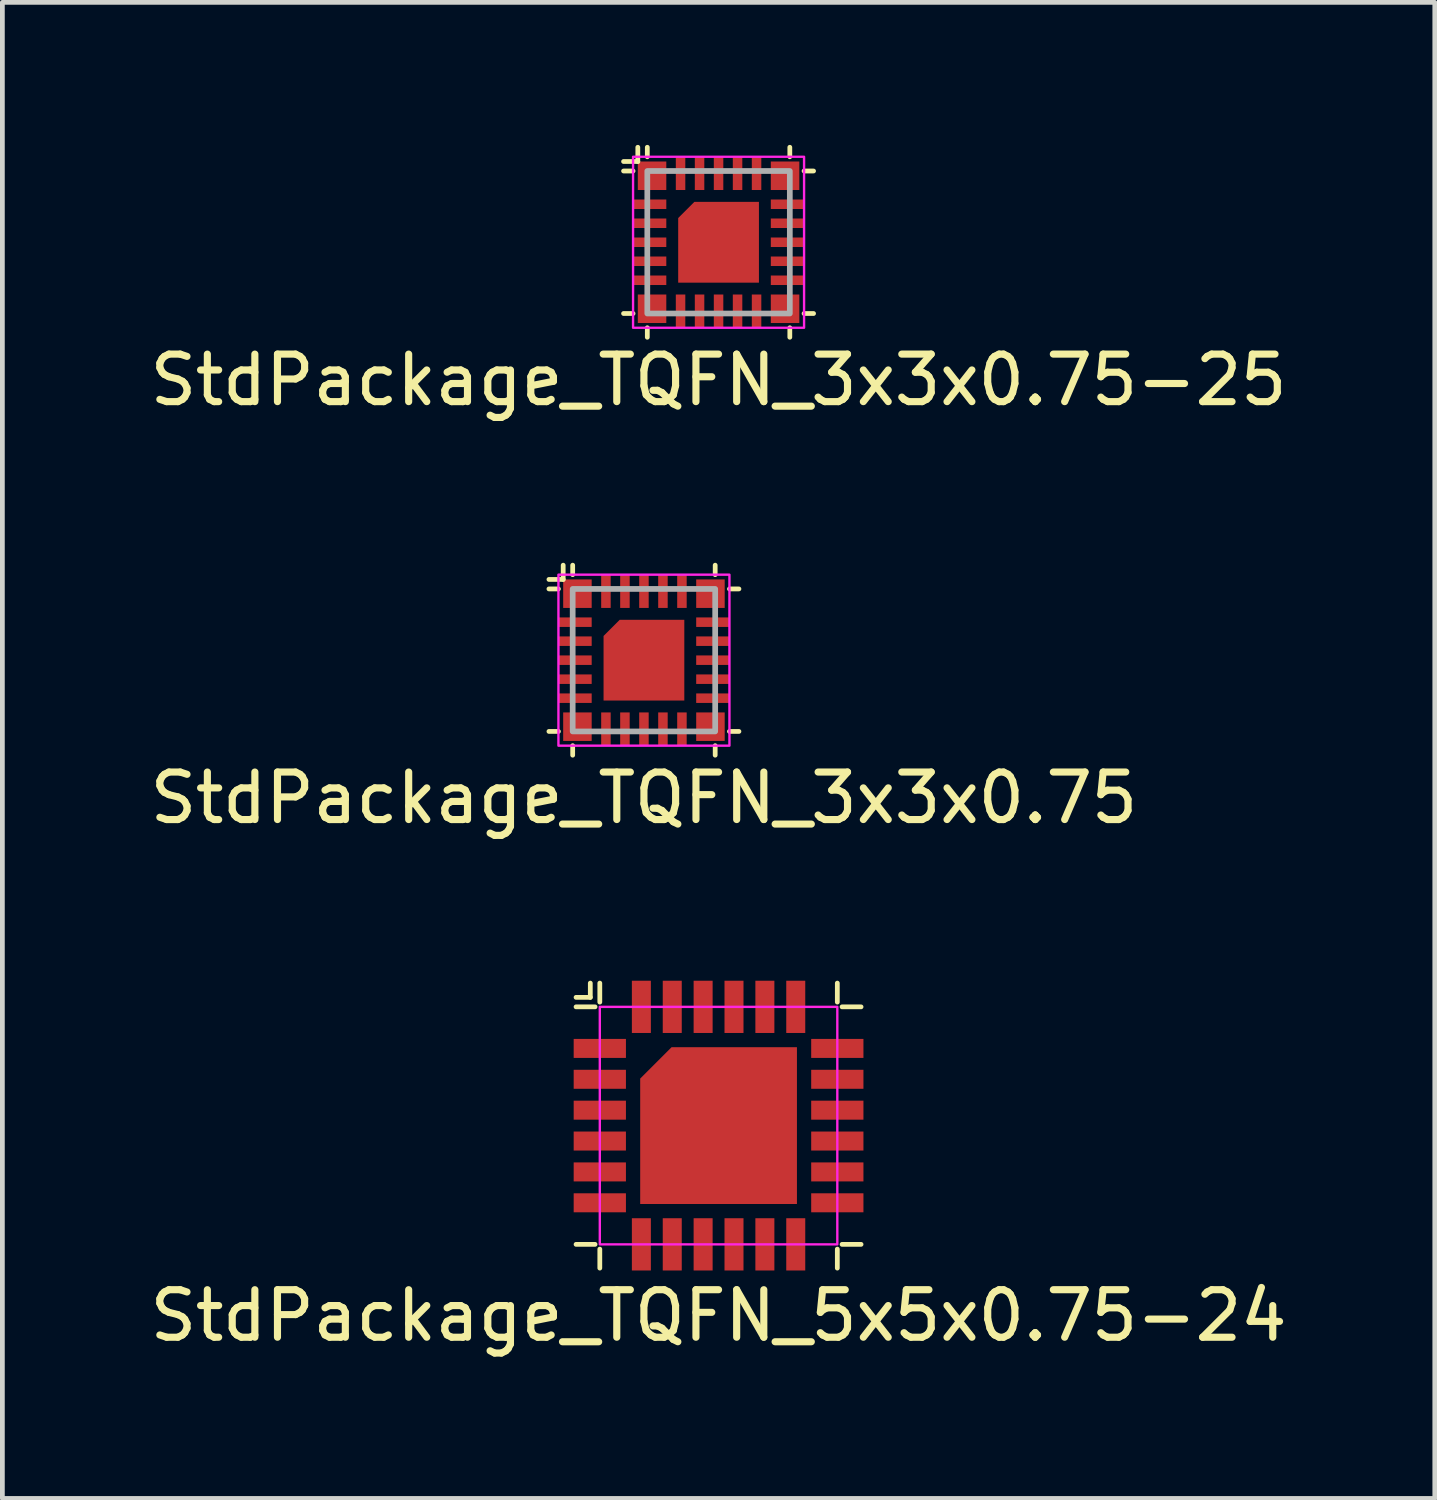
<source format=kicad_pcb>
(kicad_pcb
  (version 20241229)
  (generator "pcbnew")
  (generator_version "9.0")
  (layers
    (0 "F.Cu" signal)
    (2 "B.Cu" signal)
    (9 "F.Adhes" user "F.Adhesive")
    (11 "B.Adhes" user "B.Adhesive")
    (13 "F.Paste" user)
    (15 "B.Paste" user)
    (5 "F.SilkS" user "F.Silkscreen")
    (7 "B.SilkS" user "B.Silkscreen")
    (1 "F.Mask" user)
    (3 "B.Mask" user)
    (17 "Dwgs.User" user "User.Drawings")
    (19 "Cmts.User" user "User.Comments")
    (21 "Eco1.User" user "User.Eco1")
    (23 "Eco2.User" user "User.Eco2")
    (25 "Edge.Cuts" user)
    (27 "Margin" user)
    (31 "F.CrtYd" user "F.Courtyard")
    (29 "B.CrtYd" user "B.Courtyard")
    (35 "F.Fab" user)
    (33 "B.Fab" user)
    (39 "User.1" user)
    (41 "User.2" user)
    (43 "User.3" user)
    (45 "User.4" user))
  (footprint "StdPackage_TQFN_5x5x0.75-24"
    (layer "F.Cu")
    (at 12.077 20.646)
    (property "Reference" "StdPackage_TQFN_5x5x0.75-24" (at 0 4 0) (unlocked yes) (layer "F.SilkS") (effects (font (size 1 1) (thickness 0.15))))
    (attr smd)
    (fp_line (start -3 -2.7) (end -2.7 -2.7) (stroke (width 0.1) (type default)) (layer "F.SilkS"))
    (fp_line (start -2.7 -2.7) (end -2.7 -3) (stroke (width 0.1) (type default)) (layer "F.SilkS"))
    (fp_line (start -2.6 -2.5) (end -3 -2.5) (stroke (width 0.1) (type default)) (layer "F.SilkS"))
    (fp_line (start -2.6 2.5) (end -3 2.5) (stroke (width 0.1) (type default)) (layer "F.SilkS"))
    (fp_line (start -2.5 -2.6) (end -2.5 -3) (stroke (width 0.1) (type default)) (layer "F.SilkS"))
    (fp_line (start -2.5 2.6) (end -2.5 3) (stroke (width 0.1) (type default)) (layer "F.SilkS"))
    (fp_line (start 2.5 -2.6) (end 2.5 -3) (stroke (width 0.1) (type default)) (layer "F.SilkS"))
    (fp_line (start 2.5 2.6) (end 2.5 3) (stroke (width 0.1) (type default)) (layer "F.SilkS"))
    (fp_line (start 2.6 -2.5) (end 3 -2.5) (stroke (width 0.1) (type default)) (layer "F.SilkS"))
    (fp_line (start 2.6 2.5) (end 3 2.5) (stroke (width 0.1) (type default)) (layer "F.SilkS"))
    (fp_rect (start -2.5 -2.5) (end 2.5 2.5) (stroke (width 0.05) (type default)) (fill no) (layer "F.CrtYd"))
    (pad "" smd roundrect (at 0 0) (size 3.3 3.3) (layers "F.Cu" "F.Mask" "F.Paste") (roundrect_rratio 0) (chamfer_ratio 0.2) (chamfer top_left))
    (pad "1" smd rect (at -2.5 -1.625 90) (size 0.4 1.1) (layers "F.Cu" "F.Mask" "F.Paste"))
    (pad "2" smd rect (at -2.5 -0.975 90) (size 0.4 1.1) (layers "F.Cu" "F.Mask" "F.Paste"))
    (pad "3" smd rect (at -2.5 -0.325 90) (size 0.4 1.1) (layers "F.Cu" "F.Mask" "F.Paste"))
    (pad "4" smd rect (at -2.5 0.325 90) (size 0.4 1.1) (layers "F.Cu" "F.Mask" "F.Paste"))
    (pad "5" smd rect (at -2.5 0.975 90) (size 0.4 1.1) (layers "F.Cu" "F.Mask" "F.Paste"))
    (pad "6" smd rect (at -2.5 1.625 90) (size 0.4 1.1) (layers "F.Cu" "F.Mask" "F.Paste"))
    (pad "7" smd rect (at -1.625 2.5) (size 0.4 1.1) (layers "F.Cu" "F.Mask" "F.Paste"))
    (pad "8" smd rect (at -0.975 2.5) (size 0.4 1.1) (layers "F.Cu" "F.Mask" "F.Paste"))
    (pad "9" smd rect (at -0.325 2.5) (size 0.4 1.1) (layers "F.Cu" "F.Mask" "F.Paste"))
    (pad "10" smd rect (at 0.325 2.5) (size 0.4 1.1) (layers "F.Cu" "F.Mask" "F.Paste"))
    (pad "11" smd rect (at 0.975 2.5) (size 0.4 1.1) (layers "F.Cu" "F.Mask" "F.Paste"))
    (pad "12" smd rect (at 1.625 2.5) (size 0.4 1.1) (layers "F.Cu" "F.Mask" "F.Paste"))
    (pad "13" smd rect (at 2.5 1.625 90) (size 0.4 1.1) (layers "F.Cu" "F.Mask" "F.Paste"))
    (pad "14" smd rect (at 2.5 0.975 90) (size 0.4 1.1) (layers "F.Cu" "F.Mask" "F.Paste"))
    (pad "15" smd rect (at 2.5 0.325 90) (size 0.4 1.1) (layers "F.Cu" "F.Mask" "F.Paste"))
    (pad "16" smd rect (at 2.5 -0.325 90) (size 0.4 1.1) (layers "F.Cu" "F.Mask" "F.Paste"))
    (pad "17" smd rect (at 2.5 -0.975 90) (size 0.4 1.1) (layers "F.Cu" "F.Mask" "F.Paste"))
    (pad "18" smd rect (at 2.5 -1.625 90) (size 0.4 1.1) (layers "F.Cu" "F.Mask" "F.Paste"))
    (pad "19" smd rect (at 1.625 -2.5) (size 0.4 1.1) (layers "F.Cu" "F.Mask" "F.Paste"))
    (pad "20" smd rect (at 0.975 -2.5) (size 0.4 1.1) (layers "F.Cu" "F.Mask" "F.Paste"))
    (pad "21" smd rect (at 0.325 -2.5) (size 0.4 1.1) (layers "F.Cu" "F.Mask" "F.Paste"))
    (pad "22" smd rect (at -0.325 -2.5) (size 0.4 1.1) (layers "F.Cu" "F.Mask" "F.Paste"))
    (pad "23" smd rect (at -0.975 -2.5) (size 0.4 1.1) (layers "F.Cu" "F.Mask" "F.Paste"))
    (pad "24" smd rect (at -1.625 -2.5) (size 0.4 1.1) (layers "F.Cu" "F.Mask" "F.Paste")))
  (footprint "StdPackage_TQFN_3x3x0.75-25"
    (layer "F.Cu")
    (at 12.077 2.05)
    (property "Reference" "StdPackage_TQFN_3x3x0.75-25" (at 0 2.9 0) (unlocked yes) (layer "F.SilkS") (effects (font (size 1 1) (thickness 0.15))))
    (attr smd)
    (fp_line (start -2 -1.7) (end -1.7 -1.7) (stroke (width 0.1) (type default)) (layer "F.SilkS"))
    (fp_line (start -1.8 -1.5) (end -2 -1.5) (stroke (width 0.1) (type default)) (layer "F.SilkS"))
    (fp_line (start -1.8 1.5) (end -2 1.5) (stroke (width 0.1) (type default)) (layer "F.SilkS"))
    (fp_line (start -1.7 -1.7) (end -1.7 -2) (stroke (width 0.1) (type default)) (layer "F.SilkS"))
    (fp_line (start -1.5 -1.8) (end -1.5 -2) (stroke (width 0.1) (type default)) (layer "F.SilkS"))
    (fp_line (start -1.5 1.8) (end -1.5 2) (stroke (width 0.1) (type default)) (layer "F.SilkS"))
    (fp_line (start 1.5 -1.8) (end 1.5 -2) (stroke (width 0.1) (type default)) (layer "F.SilkS"))
    (fp_line (start 1.5 1.8) (end 1.5 2) (stroke (width 0.1) (type default)) (layer "F.SilkS"))
    (fp_line (start 1.8 1.5) (end 2 1.5) (stroke (width 0.1) (type default)) (layer "F.SilkS"))
    (fp_line (start 2 -1.5) (end 1.8 -1.5) (stroke (width 0.1) (type default)) (layer "F.SilkS"))
    (fp_rect (start -1.8 -1.8) (end 1.8 1.8) (stroke (width 0.05) (type default)) (fill no) (layer "F.CrtYd"))
    (fp_rect (start -1.5 -1.5) (end 1.5 1.5) (stroke (width 0.12) (type solid)) (fill no) (layer "F.Fab"))
    (pad "1" smd rect (at -1.4 -1.4) (size 0.6 0.6) (layers "F.Cu" "F.Mask" "F.Paste"))
    (pad "2" smd rect (at -1.45 -0.8 90) (size 0.2 0.7) (layers "F.Cu" "F.Mask" "F.Paste"))
    (pad "3" smd rect (at -1.45 -0.4 90) (size 0.2 0.7) (layers "F.Cu" "F.Mask" "F.Paste"))
    (pad "4" smd rect (at -1.45 0 90) (size 0.2 0.7) (layers "F.Cu" "F.Mask" "F.Paste"))
    (pad "5" smd rect (at -1.45 0.4 90) (size 0.2 0.7) (layers "F.Cu" "F.Mask" "F.Paste"))
    (pad "6" smd rect (at -1.45 0.8 90) (size 0.2 0.7) (layers "F.Cu" "F.Mask" "F.Paste"))
    (pad "7" smd rect (at -1.4 1.4) (size 0.6 0.6) (layers "F.Cu" "F.Mask" "F.Paste"))
    (pad "8" smd rect (at -0.8 1.45) (size 0.2 0.7) (layers "F.Cu" "F.Mask" "F.Paste"))
    (pad "9" smd rect (at -0.4 1.45) (size 0.2 0.7) (layers "F.Cu" "F.Mask" "F.Paste"))
    (pad "10" smd rect (at 0 1.45) (size 0.2 0.7) (layers "F.Cu" "F.Mask" "F.Paste"))
    (pad "11" smd rect (at 0.4 1.45) (size 0.2 0.7) (layers "F.Cu" "F.Mask" "F.Paste"))
    (pad "12" smd rect (at 0.8 1.45) (size 0.2 0.7) (layers "F.Cu" "F.Mask" "F.Paste"))
    (pad "13" smd rect (at 1.4 1.4) (size 0.6 0.6) (layers "F.Cu" "F.Mask" "F.Paste"))
    (pad "14" smd rect (at 1.45 0.8 90) (size 0.2 0.7) (layers "F.Cu" "F.Mask" "F.Paste"))
    (pad "15" smd rect (at 1.45 0.4 90) (size 0.2 0.7) (layers "F.Cu" "F.Mask" "F.Paste"))
    (pad "16" smd rect (at 1.45 0 90) (size 0.2 0.7) (layers "F.Cu" "F.Mask" "F.Paste"))
    (pad "17" smd rect (at 1.45 -0.4 90) (size 0.2 0.7) (layers "F.Cu" "F.Mask" "F.Paste"))
    (pad "18" smd rect (at 1.45 -0.8 90) (size 0.2 0.7) (layers "F.Cu" "F.Mask" "F.Paste"))
    (pad "19" smd rect (at 1.4 -1.4) (size 0.6 0.6) (layers "F.Cu" "F.Mask" "F.Paste"))
    (pad "20" smd rect (at 0.8 -1.45) (size 0.2 0.7) (layers "F.Cu" "F.Mask" "F.Paste"))
    (pad "21" smd rect (at 0.4 -1.45) (size 0.2 0.7) (layers "F.Cu" "F.Mask" "F.Paste"))
    (pad "22" smd rect (at 0 -1.45) (size 0.2 0.7) (layers "F.Cu" "F.Mask" "F.Paste"))
    (pad "23" smd rect (at -0.4 -1.45) (size 0.2 0.7) (layers "F.Cu" "F.Mask" "F.Paste"))
    (pad "24" smd rect (at -0.8 -1.45) (size 0.2 0.7) (layers "F.Cu" "F.Mask" "F.Paste"))
    (pad "25" smd roundrect (at 0 0) (size 1.7 1.7) (layers "F.Cu" "F.Mask" "F.Paste") (roundrect_rratio 0) (chamfer_ratio 0.2) (chamfer top_left)))
  (footprint "StdPackage_TQFN_3x3x0.75"
    (layer "F.Cu")
    (at 10.506 10.848)
    (property "Reference" "StdPackage_TQFN_3x3x0.75" (at 0 2.9 0) (unlocked yes) (layer "F.SilkS") (effects (font (size 1 1) (thickness 0.15))))
    (attr smd)
    (fp_line (start -2 -1.7) (end -1.7 -1.7) (stroke (width 0.1) (type default)) (layer "F.SilkS"))
    (fp_line (start -1.8 -1.5) (end -2 -1.5) (stroke (width 0.1) (type default)) (layer "F.SilkS"))
    (fp_line (start -1.8 1.5) (end -2 1.5) (stroke (width 0.1) (type default)) (layer "F.SilkS"))
    (fp_line (start -1.7 -1.7) (end -1.7 -2) (stroke (width 0.1) (type default)) (layer "F.SilkS"))
    (fp_line (start -1.5 -1.8) (end -1.5 -2) (stroke (width 0.1) (type default)) (layer "F.SilkS"))
    (fp_line (start -1.5 1.8) (end -1.5 2) (stroke (width 0.1) (type default)) (layer "F.SilkS"))
    (fp_line (start 1.5 -1.8) (end 1.5 -2) (stroke (width 0.1) (type default)) (layer "F.SilkS"))
    (fp_line (start 1.5 1.8) (end 1.5 2) (stroke (width 0.1) (type default)) (layer "F.SilkS"))
    (fp_line (start 1.8 1.5) (end 2 1.5) (stroke (width 0.1) (type default)) (layer "F.SilkS"))
    (fp_line (start 2 -1.5) (end 1.8 -1.5) (stroke (width 0.1) (type default)) (layer "F.SilkS"))
    (fp_rect (start -1.8 -1.8) (end 1.8 1.8) (stroke (width 0.05) (type default)) (fill no) (layer "F.CrtYd"))
    (fp_rect (start -1.5 -1.5) (end 1.5 1.5) (stroke (width 0.12) (type solid)) (fill no) (layer "F.Fab"))
    (pad "1" smd rect (at -1.4 -1.4) (size 0.6 0.6) (layers "F.Cu" "F.Mask" "F.Paste"))
    (pad "2" smd rect (at -1.45 -0.8 90) (size 0.2 0.7) (layers "F.Cu" "F.Mask" "F.Paste"))
    (pad "3" smd rect (at -1.45 -0.4 90) (size 0.2 0.7) (layers "F.Cu" "F.Mask" "F.Paste"))
    (pad "4" smd rect (at -1.45 0 90) (size 0.2 0.7) (layers "F.Cu" "F.Mask" "F.Paste"))
    (pad "5" smd rect (at -1.45 0.4 90) (size 0.2 0.7) (layers "F.Cu" "F.Mask" "F.Paste"))
    (pad "6" smd rect (at -1.45 0.8 90) (size 0.2 0.7) (layers "F.Cu" "F.Mask" "F.Paste"))
    (pad "7" smd rect (at -1.4 1.4) (size 0.6 0.6) (layers "F.Cu" "F.Mask" "F.Paste"))
    (pad "8" smd rect (at -0.8 1.45) (size 0.2 0.7) (layers "F.Cu" "F.Mask" "F.Paste"))
    (pad "9" smd rect (at -0.4 1.45) (size 0.2 0.7) (layers "F.Cu" "F.Mask" "F.Paste"))
    (pad "10" smd rect (at 0 1.45) (size 0.2 0.7) (layers "F.Cu" "F.Mask" "F.Paste"))
    (pad "11" smd rect (at 0.4 1.45) (size 0.2 0.7) (layers "F.Cu" "F.Mask" "F.Paste"))
    (pad "12" smd rect (at 0.8 1.45) (size 0.2 0.7) (layers "F.Cu" "F.Mask" "F.Paste"))
    (pad "13" smd rect (at 1.4 1.4) (size 0.6 0.6) (layers "F.Cu" "F.Mask" "F.Paste"))
    (pad "14" smd rect (at 1.45 0.8 90) (size 0.2 0.7) (layers "F.Cu" "F.Mask" "F.Paste"))
    (pad "15" smd rect (at 1.45 0.4 90) (size 0.2 0.7) (layers "F.Cu" "F.Mask" "F.Paste"))
    (pad "16" smd rect (at 1.45 0 90) (size 0.2 0.7) (layers "F.Cu" "F.Mask" "F.Paste"))
    (pad "17" smd rect (at 1.45 -0.4 90) (size 0.2 0.7) (layers "F.Cu" "F.Mask" "F.Paste"))
    (pad "18" smd rect (at 1.45 -0.8 90) (size 0.2 0.7) (layers "F.Cu" "F.Mask" "F.Paste"))
    (pad "19" smd rect (at 1.4 -1.4) (size 0.6 0.6) (layers "F.Cu" "F.Mask" "F.Paste"))
    (pad "20" smd rect (at 0.8 -1.45) (size 0.2 0.7) (layers "F.Cu" "F.Mask" "F.Paste"))
    (pad "21" smd rect (at 0.4 -1.45) (size 0.2 0.7) (layers "F.Cu" "F.Mask" "F.Paste"))
    (pad "22" smd rect (at 0 -1.45) (size 0.2 0.7) (layers "F.Cu" "F.Mask" "F.Paste"))
    (pad "23" smd rect (at -0.4 -1.45) (size 0.2 0.7) (layers "F.Cu" "F.Mask" "F.Paste"))
    (pad "24" smd rect (at -0.8 -1.45) (size 0.2 0.7) (layers "F.Cu" "F.Mask" "F.Paste"))
    (pad "25" smd roundrect (at 0 0) (size 1.7 1.7) (layers "F.Cu" "F.Mask" "F.Paste") (roundrect_rratio 0) (chamfer_ratio 0.2) (chamfer top_left)))
  (gr_rect
    (start -3 -3)
    (end 27.155 28.495)
    (stroke (width 0.1) (type default))
    (fill no)
    (layer "Edge.Cuts")))
</source>
